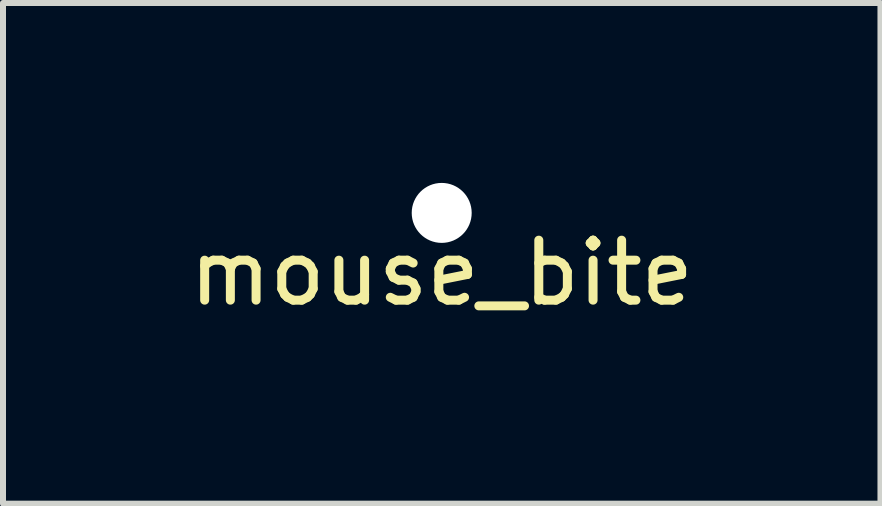
<source format=kicad_pcb>
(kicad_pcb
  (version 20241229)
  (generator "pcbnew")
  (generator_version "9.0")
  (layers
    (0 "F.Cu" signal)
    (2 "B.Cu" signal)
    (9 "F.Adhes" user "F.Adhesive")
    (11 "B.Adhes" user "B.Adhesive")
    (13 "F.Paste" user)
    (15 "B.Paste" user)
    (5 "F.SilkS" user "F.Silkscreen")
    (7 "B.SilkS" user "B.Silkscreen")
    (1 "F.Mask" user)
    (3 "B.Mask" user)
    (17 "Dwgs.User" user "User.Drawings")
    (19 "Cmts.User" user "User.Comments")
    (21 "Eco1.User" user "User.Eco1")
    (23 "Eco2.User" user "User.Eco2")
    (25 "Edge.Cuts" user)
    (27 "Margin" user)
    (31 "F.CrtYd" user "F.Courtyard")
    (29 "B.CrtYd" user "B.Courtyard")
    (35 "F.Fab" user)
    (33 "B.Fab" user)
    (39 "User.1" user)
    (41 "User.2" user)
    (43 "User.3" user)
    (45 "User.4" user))
  (footprint "mouse_bite"
    (layer "F.Cu")
    (at 4.315 0.5)
    (property "Reference" "mouse_bite" (at 0 1 0) (layer "F.SilkS") (effects (font (size 1 1) (thickness 0.15))))
    (attr through_hole)
    (pad "" np_thru_hole circle (at 0 0 90) (size 1 1) (drill 1) (layers "*.Cu" "*.Mask")))
  (gr_rect
    (start -3 -3)
    (end 11.631 5.348)
    (stroke (width 0.1) (type default))
    (fill no)
    (layer "Edge.Cuts")))
</source>
